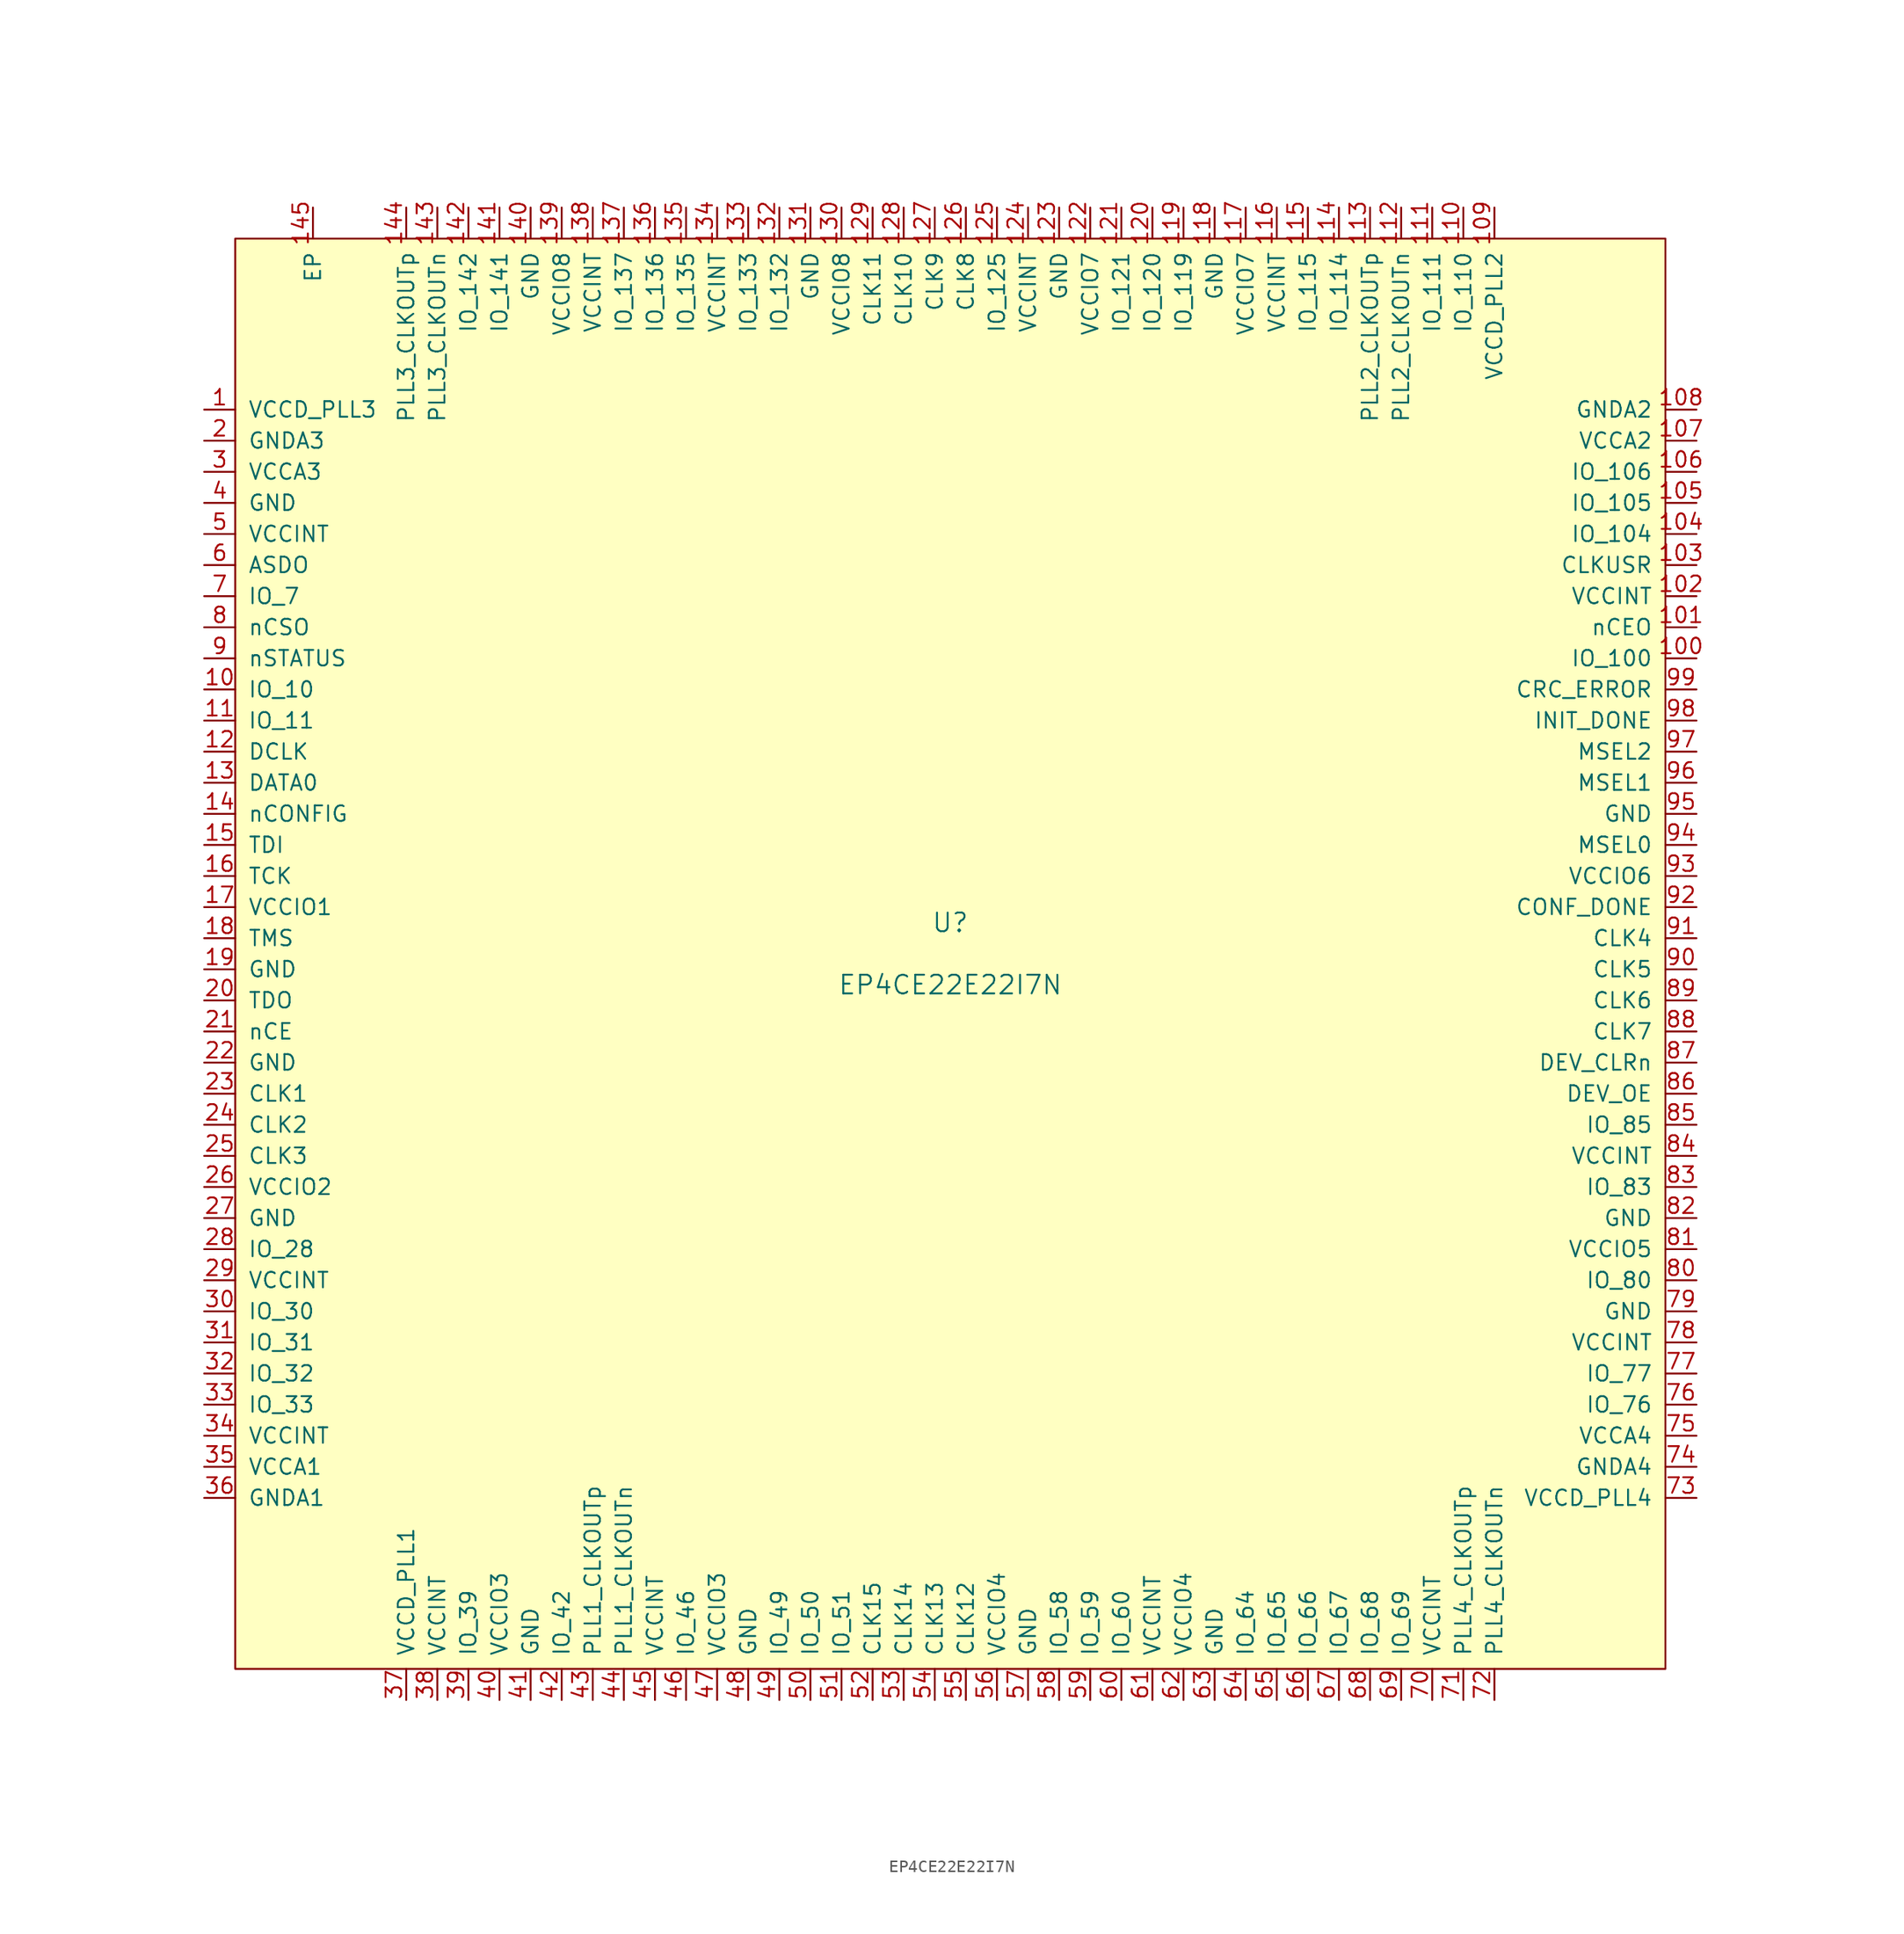
<source format=kicad_sym>
(kicad_symbol_lib
  (version 20211014)
  (generator kicad_symbol_editor)
  (symbol "EP4CE22E22I7N"
    (pin_names
      (offset 1.016))
    (property "Reference" "U"
      (at 0 2.54 0)
      (effects (font (size 1.524 1.524))))
    (property "Value" "EP4CE22E22I7N"
      (at 0 -2.54 0)
      (effects (font (size 1.524 1.524))))
    (symbol "EP4CE22E22I7N_0_0"
      (pin power_in line (at -52.07 60.96 270) (length 2.54) (name "EP" (effects (font (size 1.27 1.27)))) (number "145" (effects (font (size 1.27 1.27))))))
    (symbol "EP4CE22E22I7N_0_1"
      (rectangle (start -58.42 58.42) (end 58.42 -58.42) (stroke (width 0) (type default) (color 0 0 0 0)) (fill (type background))))
    (symbol "EP4CE22E22I7N_1_1"
      (pin power_in line (at -60.96 44.45 0) (length 2.54) (name "VCCD_PLL3" (effects (font (size 1.27 1.27)))) (number "1" (effects (font (size 1.27 1.27)))))
      (pin bidirectional line (at -60.96 21.59 0) (length 2.54) (name "IO_10" (effects (font (size 1.27 1.27)))) (number "10" (effects (font (size 1.27 1.27)))))
      (pin bidirectional line (at 60.96 24.13 180) (length 2.54) (name "IO_100" (effects (font (size 1.27 1.27)))) (number "100" (effects (font (size 1.27 1.27)))))
      (pin output line (at 60.96 26.67 180) (length 2.54) (name "nCEO" (effects (font (size 1.27 1.27)))) (number "101" (effects (font (size 1.27 1.27)))))
      (pin power_in line (at 60.96 29.21 180) (length 2.54) (name "VCCINT" (effects (font (size 1.27 1.27)))) (number "102" (effects (font (size 1.27 1.27)))))
      (pin input line (at 60.96 31.75 180) (length 2.54) (name "CLKUSR" (effects (font (size 1.27 1.27)))) (number "103" (effects (font (size 1.27 1.27)))))
      (pin bidirectional line (at 60.96 34.29 180) (length 2.54) (name "IO_104" (effects (font (size 1.27 1.27)))) (number "104" (effects (font (size 1.27 1.27)))))
      (pin bidirectional line (at 60.96 36.83 180) (length 2.54) (name "IO_105" (effects (font (size 1.27 1.27)))) (number "105" (effects (font (size 1.27 1.27)))))
      (pin bidirectional line (at 60.96 39.37 180) (length 2.54) (name "IO_106" (effects (font (size 1.27 1.27)))) (number "106" (effects (font (size 1.27 1.27)))))
      (pin power_in line (at 60.96 41.91 180) (length 2.54) (name "VCCA2" (effects (font (size 1.27 1.27)))) (number "107" (effects (font (size 1.27 1.27)))))
      (pin power_in line (at 60.96 44.45 180) (length 2.54) (name "GNDA2" (effects (font (size 1.27 1.27)))) (number "108" (effects (font (size 1.27 1.27)))))
      (pin power_in line (at 44.45 60.96 270) (length 2.54) (name "VCCD_PLL2" (effects (font (size 1.27 1.27)))) (number "109" (effects (font (size 1.27 1.27)))))
      (pin bidirectional line (at -60.96 19.05 0) (length 2.54) (name "IO_11" (effects (font (size 1.27 1.27)))) (number "11" (effects (font (size 1.27 1.27)))))
      (pin bidirectional line (at 41.91 60.96 270) (length 2.54) (name "IO_110" (effects (font (size 1.27 1.27)))) (number "110" (effects (font (size 1.27 1.27)))))
      (pin bidirectional line (at 39.37 60.96 270) (length 2.54) (name "IO_111" (effects (font (size 1.27 1.27)))) (number "111" (effects (font (size 1.27 1.27)))))
      (pin input line (at 36.83 60.96 270) (length 2.54) (name "PLL2_CLKOUTn" (effects (font (size 1.27 1.27)))) (number "112" (effects (font (size 1.27 1.27)))))
      (pin input line (at 34.29 60.96 270) (length 2.54) (name "PLL2_CLKOUTp" (effects (font (size 1.27 1.27)))) (number "113" (effects (font (size 1.27 1.27)))))
      (pin bidirectional line (at 31.75 60.96 270) (length 2.54) (name "IO_114" (effects (font (size 1.27 1.27)))) (number "114" (effects (font (size 1.27 1.27)))))
      (pin bidirectional line (at 29.21 60.96 270) (length 2.54) (name "IO_115" (effects (font (size 1.27 1.27)))) (number "115" (effects (font (size 1.27 1.27)))))
      (pin power_in line (at 26.67 60.96 270) (length 2.54) (name "VCCINT" (effects (font (size 1.27 1.27)))) (number "116" (effects (font (size 1.27 1.27)))))
      (pin power_in line (at 24.13 60.96 270) (length 2.54) (name "VCCIO7" (effects (font (size 1.27 1.27)))) (number "117" (effects (font (size 1.27 1.27)))))
      (pin power_in line (at 21.59 60.96 270) (length 2.54) (name "GND" (effects (font (size 1.27 1.27)))) (number "118" (effects (font (size 1.27 1.27)))))
      (pin bidirectional line (at 19.05 60.96 270) (length 2.54) (name "IO_119" (effects (font (size 1.27 1.27)))) (number "119" (effects (font (size 1.27 1.27)))))
      (pin bidirectional line (at -60.96 16.51 0) (length 2.54) (name "DCLK" (effects (font (size 1.27 1.27)))) (number "12" (effects (font (size 1.27 1.27)))))
      (pin bidirectional line (at 16.51 60.96 270) (length 2.54) (name "IO_120" (effects (font (size 1.27 1.27)))) (number "120" (effects (font (size 1.27 1.27)))))
      (pin bidirectional line (at 13.97 60.96 270) (length 2.54) (name "IO_121" (effects (font (size 1.27 1.27)))) (number "121" (effects (font (size 1.27 1.27)))))
      (pin power_in line (at 11.43 60.96 270) (length 2.54) (name "VCCIO7" (effects (font (size 1.27 1.27)))) (number "122" (effects (font (size 1.27 1.27)))))
      (pin power_in line (at 8.89 60.96 270) (length 2.54) (name "GND" (effects (font (size 1.27 1.27)))) (number "123" (effects (font (size 1.27 1.27)))))
      (pin power_in line (at 6.35 60.96 270) (length 2.54) (name "VCCINT" (effects (font (size 1.27 1.27)))) (number "124" (effects (font (size 1.27 1.27)))))
      (pin bidirectional line (at 3.81 60.96 270) (length 2.54) (name "IO_125" (effects (font (size 1.27 1.27)))) (number "125" (effects (font (size 1.27 1.27)))))
      (pin input line (at 1.27 60.96 270) (length 2.54) (name "CLK8" (effects (font (size 1.27 1.27)))) (number "126" (effects (font (size 1.27 1.27)))))
      (pin input line (at -1.27 60.96 270) (length 2.54) (name "CLK9" (effects (font (size 1.27 1.27)))) (number "127" (effects (font (size 1.27 1.27)))))
      (pin input line (at -3.81 60.96 270) (length 2.54) (name "CLK10" (effects (font (size 1.27 1.27)))) (number "128" (effects (font (size 1.27 1.27)))))
      (pin input line (at -6.35 60.96 270) (length 2.54) (name "CLK11" (effects (font (size 1.27 1.27)))) (number "129" (effects (font (size 1.27 1.27)))))
      (pin bidirectional line (at -60.96 13.97 0) (length 2.54) (name "DATA0" (effects (font (size 1.27 1.27)))) (number "13" (effects (font (size 1.27 1.27)))))
      (pin power_in line (at -8.89 60.96 270) (length 2.54) (name "VCCIO8" (effects (font (size 1.27 1.27)))) (number "130" (effects (font (size 1.27 1.27)))))
      (pin power_in line (at -11.43 60.96 270) (length 2.54) (name "GND" (effects (font (size 1.27 1.27)))) (number "131" (effects (font (size 1.27 1.27)))))
      (pin bidirectional line (at -13.97 60.96 270) (length 2.54) (name "IO_132" (effects (font (size 1.27 1.27)))) (number "132" (effects (font (size 1.27 1.27)))))
      (pin bidirectional line (at -16.51 60.96 270) (length 2.54) (name "IO_133" (effects (font (size 1.27 1.27)))) (number "133" (effects (font (size 1.27 1.27)))))
      (pin power_in line (at -19.05 60.96 270) (length 2.54) (name "VCCINT" (effects (font (size 1.27 1.27)))) (number "134" (effects (font (size 1.27 1.27)))))
      (pin bidirectional line (at -21.59 60.96 270) (length 2.54) (name "IO_135" (effects (font (size 1.27 1.27)))) (number "135" (effects (font (size 1.27 1.27)))))
      (pin bidirectional line (at -24.13 60.96 270) (length 2.54) (name "IO_136" (effects (font (size 1.27 1.27)))) (number "136" (effects (font (size 1.27 1.27)))))
      (pin bidirectional line (at -26.67 60.96 270) (length 2.54) (name "IO_137" (effects (font (size 1.27 1.27)))) (number "137" (effects (font (size 1.27 1.27)))))
      (pin power_in line (at -29.21 60.96 270) (length 2.54) (name "VCCINT" (effects (font (size 1.27 1.27)))) (number "138" (effects (font (size 1.27 1.27)))))
      (pin power_in line (at -31.75 60.96 270) (length 2.54) (name "VCCIO8" (effects (font (size 1.27 1.27)))) (number "139" (effects (font (size 1.27 1.27)))))
      (pin input line (at -60.96 11.43 0) (length 2.54) (name "nCONFIG" (effects (font (size 1.27 1.27)))) (number "14" (effects (font (size 1.27 1.27)))))
      (pin power_in line (at -34.29 60.96 270) (length 2.54) (name "GND" (effects (font (size 1.27 1.27)))) (number "140" (effects (font (size 1.27 1.27)))))
      (pin bidirectional line (at -36.83 60.96 270) (length 2.54) (name "IO_141" (effects (font (size 1.27 1.27)))) (number "141" (effects (font (size 1.27 1.27)))))
      (pin bidirectional line (at -39.37 60.96 270) (length 2.54) (name "IO_142" (effects (font (size 1.27 1.27)))) (number "142" (effects (font (size 1.27 1.27)))))
      (pin input line (at -41.91 60.96 270) (length 2.54) (name "PLL3_CLKOUTn" (effects (font (size 1.27 1.27)))) (number "143" (effects (font (size 1.27 1.27)))))
      (pin input line (at -44.45 60.96 270) (length 2.54) (name "PLL3_CLKOUTp" (effects (font (size 1.27 1.27)))) (number "144" (effects (font (size 1.27 1.27)))))
      (pin input line (at -60.96 8.89 0) (length 2.54) (name "TDI" (effects (font (size 1.27 1.27)))) (number "15" (effects (font (size 1.27 1.27)))))
      (pin input line (at -60.96 6.35 0) (length 2.54) (name "TCK" (effects (font (size 1.27 1.27)))) (number "16" (effects (font (size 1.27 1.27)))))
      (pin power_in line (at -60.96 3.81 0) (length 2.54) (name "VCCIO1" (effects (font (size 1.27 1.27)))) (number "17" (effects (font (size 1.27 1.27)))))
      (pin input line (at -60.96 1.27 0) (length 2.54) (name "TMS" (effects (font (size 1.27 1.27)))) (number "18" (effects (font (size 1.27 1.27)))))
      (pin power_in line (at -60.96 -1.27 0) (length 2.54) (name "GND" (effects (font (size 1.27 1.27)))) (number "19" (effects (font (size 1.27 1.27)))))
      (pin power_in line (at -60.96 41.91 0) (length 2.54) (name "GNDA3" (effects (font (size 1.27 1.27)))) (number "2" (effects (font (size 1.27 1.27)))))
      (pin output line (at -60.96 -3.81 0) (length 2.54) (name "TDO" (effects (font (size 1.27 1.27)))) (number "20" (effects (font (size 1.27 1.27)))))
      (pin input line (at -60.96 -6.35 0) (length 2.54) (name "nCE" (effects (font (size 1.27 1.27)))) (number "21" (effects (font (size 1.27 1.27)))))
      (pin power_in line (at -60.96 -8.89 0) (length 2.54) (name "GND" (effects (font (size 1.27 1.27)))) (number "22" (effects (font (size 1.27 1.27)))))
      (pin input line (at -60.96 -11.43 0) (length 2.54) (name "CLK1" (effects (font (size 1.27 1.27)))) (number "23" (effects (font (size 1.27 1.27)))))
      (pin input line (at -60.96 -13.97 0) (length 2.54) (name "CLK2" (effects (font (size 1.27 1.27)))) (number "24" (effects (font (size 1.27 1.27)))))
      (pin input line (at -60.96 -16.51 0) (length 2.54) (name "CLK3" (effects (font (size 1.27 1.27)))) (number "25" (effects (font (size 1.27 1.27)))))
      (pin power_in line (at -60.96 -19.05 0) (length 2.54) (name "VCCIO2" (effects (font (size 1.27 1.27)))) (number "26" (effects (font (size 1.27 1.27)))))
      (pin power_in line (at -60.96 -21.59 0) (length 2.54) (name "GND" (effects (font (size 1.27 1.27)))) (number "27" (effects (font (size 1.27 1.27)))))
      (pin bidirectional line (at -60.96 -24.13 0) (length 2.54) (name "IO_28" (effects (font (size 1.27 1.27)))) (number "28" (effects (font (size 1.27 1.27)))))
      (pin power_in line (at -60.96 -26.67 0) (length 2.54) (name "VCCINT" (effects (font (size 1.27 1.27)))) (number "29" (effects (font (size 1.27 1.27)))))
      (pin power_in line (at -60.96 39.37 0) (length 2.54) (name "VCCA3" (effects (font (size 1.27 1.27)))) (number "3" (effects (font (size 1.27 1.27)))))
      (pin bidirectional line (at -60.96 -29.21 0) (length 2.54) (name "IO_30" (effects (font (size 1.27 1.27)))) (number "30" (effects (font (size 1.27 1.27)))))
      (pin bidirectional line (at -60.96 -31.75 0) (length 2.54) (name "IO_31" (effects (font (size 1.27 1.27)))) (number "31" (effects (font (size 1.27 1.27)))))
      (pin bidirectional line (at -60.96 -34.29 0) (length 2.54) (name "IO_32" (effects (font (size 1.27 1.27)))) (number "32" (effects (font (size 1.27 1.27)))))
      (pin bidirectional line (at -60.96 -36.83 0) (length 2.54) (name "IO_33" (effects (font (size 1.27 1.27)))) (number "33" (effects (font (size 1.27 1.27)))))
      (pin power_in line (at -60.96 -39.37 0) (length 2.54) (name "VCCINT" (effects (font (size 1.27 1.27)))) (number "34" (effects (font (size 1.27 1.27)))))
      (pin power_in line (at -60.96 -41.91 0) (length 2.54) (name "VCCA1" (effects (font (size 1.27 1.27)))) (number "35" (effects (font (size 1.27 1.27)))))
      (pin power_in line (at -60.96 -44.45 0) (length 2.54) (name "GNDA1" (effects (font (size 1.27 1.27)))) (number "36" (effects (font (size 1.27 1.27)))))
      (pin power_in line (at -44.45 -60.96 90) (length 2.54) (name "VCCD_PLL1" (effects (font (size 1.27 1.27)))) (number "37" (effects (font (size 1.27 1.27)))))
      (pin power_in line (at -41.91 -60.96 90) (length 2.54) (name "VCCINT" (effects (font (size 1.27 1.27)))) (number "38" (effects (font (size 1.27 1.27)))))
      (pin bidirectional line (at -39.37 -60.96 90) (length 2.54) (name "IO_39" (effects (font (size 1.27 1.27)))) (number "39" (effects (font (size 1.27 1.27)))))
      (pin power_in line (at -60.96 36.83 0) (length 2.54) (name "GND" (effects (font (size 1.27 1.27)))) (number "4" (effects (font (size 1.27 1.27)))))
      (pin power_in line (at -36.83 -60.96 90) (length 2.54) (name "VCCIO3" (effects (font (size 1.27 1.27)))) (number "40" (effects (font (size 1.27 1.27)))))
      (pin power_in line (at -34.29 -60.96 90) (length 2.54) (name "GND" (effects (font (size 1.27 1.27)))) (number "41" (effects (font (size 1.27 1.27)))))
      (pin bidirectional line (at -31.75 -60.96 90) (length 2.54) (name "IO_42" (effects (font (size 1.27 1.27)))) (number "42" (effects (font (size 1.27 1.27)))))
      (pin input line (at -29.21 -60.96 90) (length 2.54) (name "PLL1_CLKOUTp" (effects (font (size 1.27 1.27)))) (number "43" (effects (font (size 1.27 1.27)))))
      (pin input line (at -26.67 -60.96 90) (length 2.54) (name "PLL1_CLKOUTn" (effects (font (size 1.27 1.27)))) (number "44" (effects (font (size 1.27 1.27)))))
      (pin power_in line (at -24.13 -60.96 90) (length 2.54) (name "VCCINT" (effects (font (size 1.27 1.27)))) (number "45" (effects (font (size 1.27 1.27)))))
      (pin bidirectional line (at -21.59 -60.96 90) (length 2.54) (name "IO_46" (effects (font (size 1.27 1.27)))) (number "46" (effects (font (size 1.27 1.27)))))
      (pin power_in line (at -19.05 -60.96 90) (length 2.54) (name "VCCIO3" (effects (font (size 1.27 1.27)))) (number "47" (effects (font (size 1.27 1.27)))))
      (pin power_in line (at -16.51 -60.96 90) (length 2.54) (name "GND" (effects (font (size 1.27 1.27)))) (number "48" (effects (font (size 1.27 1.27)))))
      (pin bidirectional line (at -13.97 -60.96 90) (length 2.54) (name "IO_49" (effects (font (size 1.27 1.27)))) (number "49" (effects (font (size 1.27 1.27)))))
      (pin power_in line (at -60.96 34.29 0) (length 2.54) (name "VCCINT" (effects (font (size 1.27 1.27)))) (number "5" (effects (font (size 1.27 1.27)))))
      (pin bidirectional line (at -11.43 -60.96 90) (length 2.54) (name "IO_50" (effects (font (size 1.27 1.27)))) (number "50" (effects (font (size 1.27 1.27)))))
      (pin bidirectional line (at -8.89 -60.96 90) (length 2.54) (name "IO_51" (effects (font (size 1.27 1.27)))) (number "51" (effects (font (size 1.27 1.27)))))
      (pin input line (at -6.35 -60.96 90) (length 2.54) (name "CLK15" (effects (font (size 1.27 1.27)))) (number "52" (effects (font (size 1.27 1.27)))))
      (pin input line (at -3.81 -60.96 90) (length 2.54) (name "CLK14" (effects (font (size 1.27 1.27)))) (number "53" (effects (font (size 1.27 1.27)))))
      (pin input line (at -1.27 -60.96 90) (length 2.54) (name "CLK13" (effects (font (size 1.27 1.27)))) (number "54" (effects (font (size 1.27 1.27)))))
      (pin input line (at 1.27 -60.96 90) (length 2.54) (name "CLK12" (effects (font (size 1.27 1.27)))) (number "55" (effects (font (size 1.27 1.27)))))
      (pin power_in line (at 3.81 -60.96 90) (length 2.54) (name "VCCIO4" (effects (font (size 1.27 1.27)))) (number "56" (effects (font (size 1.27 1.27)))))
      (pin power_in line (at 6.35 -60.96 90) (length 2.54) (name "GND" (effects (font (size 1.27 1.27)))) (number "57" (effects (font (size 1.27 1.27)))))
      (pin bidirectional line (at 8.89 -60.96 90) (length 2.54) (name "IO_58" (effects (font (size 1.27 1.27)))) (number "58" (effects (font (size 1.27 1.27)))))
      (pin bidirectional line (at 11.43 -60.96 90) (length 2.54) (name "IO_59" (effects (font (size 1.27 1.27)))) (number "59" (effects (font (size 1.27 1.27)))))
      (pin bidirectional line (at -60.96 31.75 0) (length 2.54) (name "ASDO" (effects (font (size 1.27 1.27)))) (number "6" (effects (font (size 1.27 1.27)))))
      (pin bidirectional line (at 13.97 -60.96 90) (length 2.54) (name "IO_60" (effects (font (size 1.27 1.27)))) (number "60" (effects (font (size 1.27 1.27)))))
      (pin power_in line (at 16.51 -60.96 90) (length 2.54) (name "VCCINT" (effects (font (size 1.27 1.27)))) (number "61" (effects (font (size 1.27 1.27)))))
      (pin power_in line (at 19.05 -60.96 90) (length 2.54) (name "VCCIO4" (effects (font (size 1.27 1.27)))) (number "62" (effects (font (size 1.27 1.27)))))
      (pin power_in line (at 21.59 -60.96 90) (length 2.54) (name "GND" (effects (font (size 1.27 1.27)))) (number "63" (effects (font (size 1.27 1.27)))))
      (pin bidirectional line (at 24.13 -60.96 90) (length 2.54) (name "IO_64" (effects (font (size 1.27 1.27)))) (number "64" (effects (font (size 1.27 1.27)))))
      (pin bidirectional line (at 26.67 -60.96 90) (length 2.54) (name "IO_65" (effects (font (size 1.27 1.27)))) (number "65" (effects (font (size 1.27 1.27)))))
      (pin bidirectional line (at 29.21 -60.96 90) (length 2.54) (name "IO_66" (effects (font (size 1.27 1.27)))) (number "66" (effects (font (size 1.27 1.27)))))
      (pin bidirectional line (at 31.75 -60.96 90) (length 2.54) (name "IO_67" (effects (font (size 1.27 1.27)))) (number "67" (effects (font (size 1.27 1.27)))))
      (pin bidirectional line (at 34.29 -60.96 90) (length 2.54) (name "IO_68" (effects (font (size 1.27 1.27)))) (number "68" (effects (font (size 1.27 1.27)))))
      (pin bidirectional line (at 36.83 -60.96 90) (length 2.54) (name "IO_69" (effects (font (size 1.27 1.27)))) (number "69" (effects (font (size 1.27 1.27)))))
      (pin bidirectional line (at -60.96 29.21 0) (length 2.54) (name "IO_7" (effects (font (size 1.27 1.27)))) (number "7" (effects (font (size 1.27 1.27)))))
      (pin power_in line (at 39.37 -60.96 90) (length 2.54) (name "VCCINT" (effects (font (size 1.27 1.27)))) (number "70" (effects (font (size 1.27 1.27)))))
      (pin input line (at 41.91 -60.96 90) (length 2.54) (name "PLL4_CLKOUTp" (effects (font (size 1.27 1.27)))) (number "71" (effects (font (size 1.27 1.27)))))
      (pin input line (at 44.45 -60.96 90) (length 2.54) (name "PLL4_CLKOUTn" (effects (font (size 1.27 1.27)))) (number "72" (effects (font (size 1.27 1.27)))))
      (pin power_in line (at 60.96 -44.45 180) (length 2.54) (name "VCCD_PLL4" (effects (font (size 1.27 1.27)))) (number "73" (effects (font (size 1.27 1.27)))))
      (pin power_in line (at 60.96 -41.91 180) (length 2.54) (name "GNDA4" (effects (font (size 1.27 1.27)))) (number "74" (effects (font (size 1.27 1.27)))))
      (pin power_in line (at 60.96 -39.37 180) (length 2.54) (name "VCCA4" (effects (font (size 1.27 1.27)))) (number "75" (effects (font (size 1.27 1.27)))))
      (pin bidirectional line (at 60.96 -36.83 180) (length 2.54) (name "IO_76" (effects (font (size 1.27 1.27)))) (number "76" (effects (font (size 1.27 1.27)))))
      (pin bidirectional line (at 60.96 -34.29 180) (length 2.54) (name "IO_77" (effects (font (size 1.27 1.27)))) (number "77" (effects (font (size 1.27 1.27)))))
      (pin power_in line (at 60.96 -31.75 180) (length 2.54) (name "VCCINT" (effects (font (size 1.27 1.27)))) (number "78" (effects (font (size 1.27 1.27)))))
      (pin power_in line (at 60.96 -29.21 180) (length 2.54) (name "GND" (effects (font (size 1.27 1.27)))) (number "79" (effects (font (size 1.27 1.27)))))
      (pin output line (at -60.96 26.67 0) (length 2.54) (name "nCSO" (effects (font (size 1.27 1.27)))) (number "8" (effects (font (size 1.27 1.27)))))
      (pin bidirectional line (at 60.96 -26.67 180) (length 2.54) (name "IO_80" (effects (font (size 1.27 1.27)))) (number "80" (effects (font (size 1.27 1.27)))))
      (pin power_in line (at 60.96 -24.13 180) (length 2.54) (name "VCCIO5" (effects (font (size 1.27 1.27)))) (number "81" (effects (font (size 1.27 1.27)))))
      (pin power_in line (at 60.96 -21.59 180) (length 2.54) (name "GND" (effects (font (size 1.27 1.27)))) (number "82" (effects (font (size 1.27 1.27)))))
      (pin bidirectional line (at 60.96 -19.05 180) (length 2.54) (name "IO_83" (effects (font (size 1.27 1.27)))) (number "83" (effects (font (size 1.27 1.27)))))
      (pin power_in line (at 60.96 -16.51 180) (length 2.54) (name "VCCINT" (effects (font (size 1.27 1.27)))) (number "84" (effects (font (size 1.27 1.27)))))
      (pin bidirectional line (at 60.96 -13.97 180) (length 2.54) (name "IO_85" (effects (font (size 1.27 1.27)))) (number "85" (effects (font (size 1.27 1.27)))))
      (pin input line (at 60.96 -11.43 180) (length 2.54) (name "DEV_OE" (effects (font (size 1.27 1.27)))) (number "86" (effects (font (size 1.27 1.27)))))
      (pin input line (at 60.96 -8.89 180) (length 2.54) (name "DEV_CLRn" (effects (font (size 1.27 1.27)))) (number "87" (effects (font (size 1.27 1.27)))))
      (pin input line (at 60.96 -6.35 180) (length 2.54) (name "CLK7" (effects (font (size 1.27 1.27)))) (number "88" (effects (font (size 1.27 1.27)))))
      (pin input line (at 60.96 -3.81 180) (length 2.54) (name "CLK6" (effects (font (size 1.27 1.27)))) (number "89" (effects (font (size 1.27 1.27)))))
      (pin bidirectional line (at -60.96 24.13 0) (length 2.54) (name "nSTATUS" (effects (font (size 1.27 1.27)))) (number "9" (effects (font (size 1.27 1.27)))))
      (pin input line (at 60.96 -1.27 180) (length 2.54) (name "CLK5" (effects (font (size 1.27 1.27)))) (number "90" (effects (font (size 1.27 1.27)))))
      (pin input line (at 60.96 1.27 180) (length 2.54) (name "CLK4" (effects (font (size 1.27 1.27)))) (number "91" (effects (font (size 1.27 1.27)))))
      (pin bidirectional line (at 60.96 3.81 180) (length 2.54) (name "CONF_DONE" (effects (font (size 1.27 1.27)))) (number "92" (effects (font (size 1.27 1.27)))))
      (pin power_in line (at 60.96 6.35 180) (length 2.54) (name "VCCIO6" (effects (font (size 1.27 1.27)))) (number "93" (effects (font (size 1.27 1.27)))))
      (pin input line (at 60.96 8.89 180) (length 2.54) (name "MSEL0" (effects (font (size 1.27 1.27)))) (number "94" (effects (font (size 1.27 1.27)))))
      (pin power_in line (at 60.96 11.43 180) (length 2.54) (name "GND" (effects (font (size 1.27 1.27)))) (number "95" (effects (font (size 1.27 1.27)))))
      (pin input line (at 60.96 13.97 180) (length 2.54) (name "MSEL1" (effects (font (size 1.27 1.27)))) (number "96" (effects (font (size 1.27 1.27)))))
      (pin input line (at 60.96 16.51 180) (length 2.54) (name "MSEL2" (effects (font (size 1.27 1.27)))) (number "97" (effects (font (size 1.27 1.27)))))
      (pin output line (at 60.96 19.05 180) (length 2.54) (name "INIT_DONE" (effects (font (size 1.27 1.27)))) (number "98" (effects (font (size 1.27 1.27)))))
      (pin output line (at 60.96 21.59 180) (length 2.54) (name "CRC_ERROR" (effects (font (size 1.27 1.27)))) (number "99" (effects (font (size 1.27 1.27))))))))
</source>
